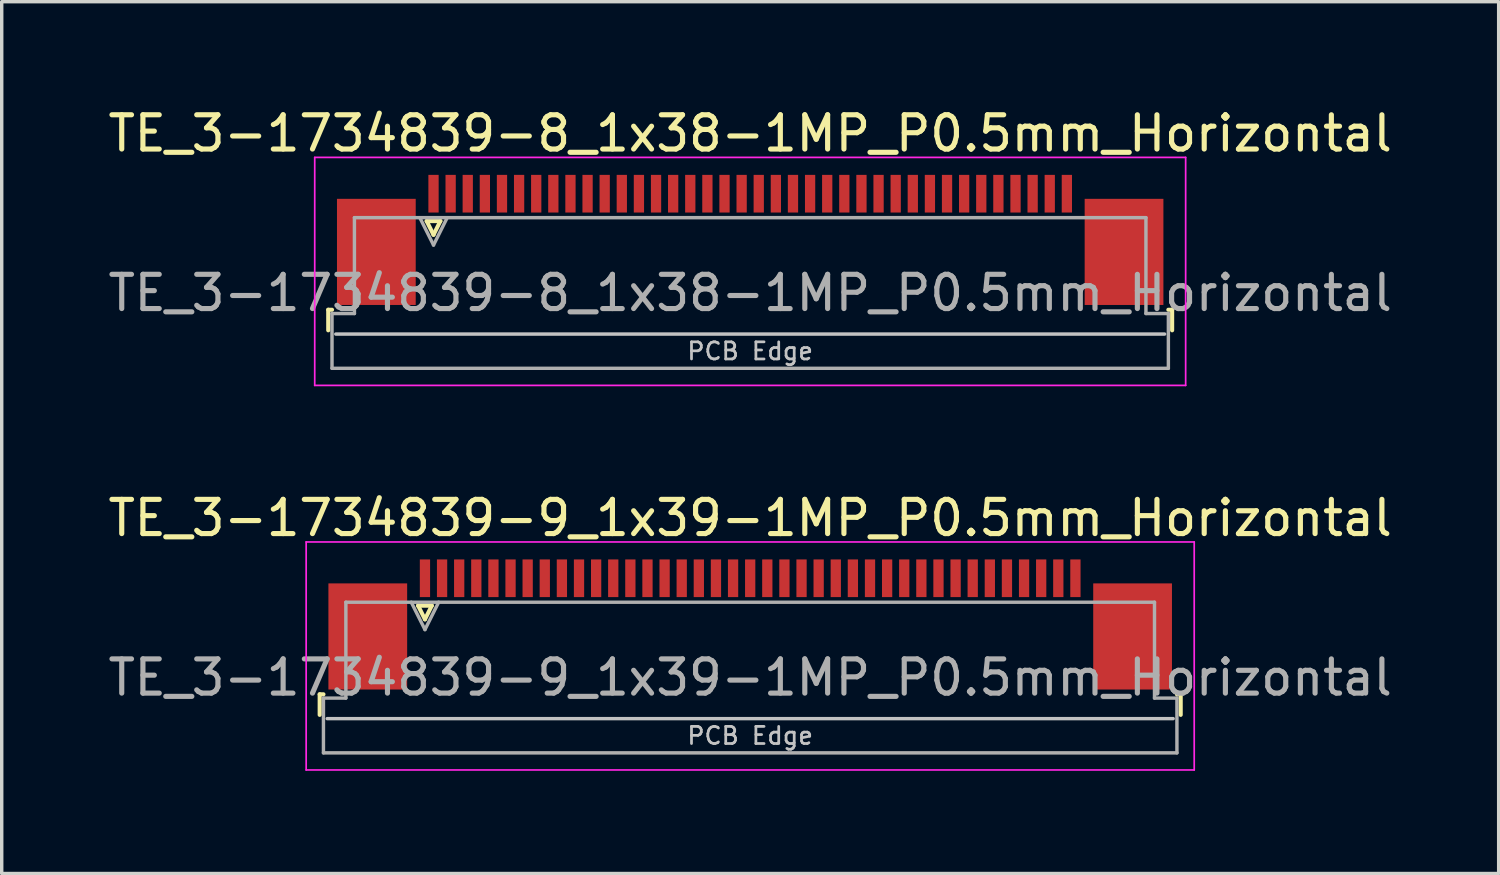
<source format=kicad_pcb>
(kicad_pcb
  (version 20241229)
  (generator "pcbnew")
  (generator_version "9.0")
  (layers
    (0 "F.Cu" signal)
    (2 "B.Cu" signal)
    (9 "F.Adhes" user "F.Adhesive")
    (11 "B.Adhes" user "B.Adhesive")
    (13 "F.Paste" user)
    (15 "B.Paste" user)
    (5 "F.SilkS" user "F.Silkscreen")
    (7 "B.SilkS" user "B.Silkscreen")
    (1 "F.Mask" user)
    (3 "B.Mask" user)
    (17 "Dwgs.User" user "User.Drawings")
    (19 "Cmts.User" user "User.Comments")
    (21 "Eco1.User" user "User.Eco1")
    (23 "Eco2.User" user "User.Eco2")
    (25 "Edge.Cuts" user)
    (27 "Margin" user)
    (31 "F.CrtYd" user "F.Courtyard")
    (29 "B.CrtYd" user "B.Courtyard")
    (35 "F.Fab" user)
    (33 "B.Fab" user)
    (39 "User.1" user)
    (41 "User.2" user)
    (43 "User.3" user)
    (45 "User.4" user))
  (footprint "TE_3-1734839-9_1x39-1MP_P0.5mm_Horizontal"
    (layer "F.Cu")
    (at 18.863 15.191)
    (property "Reference" "TE_3-1734839-9_1x39-1MP_P0.5mm_Horizontal" (at 0 -3.11 0) (layer "F.SilkS") (effects (font (size 1 1) (thickness 0.15))))
    (attr smd)
    (fp_line (start -12.575 2.04) (end -12.575 2.64) (stroke (width 0.12) (type solid)) (layer "F.SilkS"))
    (fp_line (start -12.465 2.04) (end -12.575 2.04) (stroke (width 0.12) (type solid)) (layer "F.SilkS"))
    (fp_line (start -9.7 -0.55) (end -9.5 -0.15) (stroke (width 0.12) (type solid)) (layer "F.SilkS"))
    (fp_line (start -9.5 -0.15) (end -9.3 -0.55) (stroke (width 0.12) (type solid)) (layer "F.SilkS"))
    (fp_line (start -9.3 -0.55) (end -9.7 -0.55) (stroke (width 0.12) (type solid)) (layer "F.SilkS"))
    (fp_line (start 12.465 2.04) (end 12.575 2.04) (stroke (width 0.12) (type solid)) (layer "F.SilkS"))
    (fp_line (start 12.575 2.04) (end 12.575 2.64) (stroke (width 0.12) (type solid)) (layer "F.SilkS"))
    (fp_line (start 12.355 2.75) (end -12.355 2.75) (stroke (width 0.1) (type solid)) (layer "Dwgs.User"))
    (fp_line (start -12.97 -2.41) (end -12.97 4.25) (stroke (width 0.05) (type solid)) (layer "F.CrtYd"))
    (fp_line (start -12.97 4.25) (end 12.97 4.25) (stroke (width 0.05) (type solid)) (layer "F.CrtYd"))
    (fp_line (start 12.97 -2.41) (end -12.97 -2.41) (stroke (width 0.05) (type solid)) (layer "F.CrtYd"))
    (fp_line (start 12.97 4.25) (end 12.97 -2.41) (stroke (width 0.05) (type solid)) (layer "F.CrtYd"))
    (fp_line (start -12.465 2.15) (end -11.81 2.15) (stroke (width 0.1) (type solid)) (layer "F.Fab"))
    (fp_line (start -12.465 3.75) (end -12.465 2.15) (stroke (width 0.1) (type solid)) (layer "F.Fab"))
    (fp_line (start -11.81 -0.65) (end 11.81 -0.65) (stroke (width 0.1) (type solid)) (layer "F.Fab"))
    (fp_line (start -11.81 2.15) (end -11.81 -0.65) (stroke (width 0.1) (type solid)) (layer "F.Fab"))
    (fp_line (start -9.9 -0.65) (end -9.5 0.15) (stroke (width 0.1) (type solid)) (layer "F.Fab"))
    (fp_line (start -9.5 0.15) (end -9.1 -0.65) (stroke (width 0.1) (type solid)) (layer "F.Fab"))
    (fp_line (start 11.81 -0.65) (end 11.81 2.15) (stroke (width 0.1) (type solid)) (layer "F.Fab"))
    (fp_line (start 11.81 2.15) (end 12.465 2.15) (stroke (width 0.1) (type solid)) (layer "F.Fab"))
    (fp_line (start 12.465 2.15) (end 12.465 3.75) (stroke (width 0.1) (type solid)) (layer "F.Fab"))
    (fp_line (start 12.465 3.75) (end -12.465 3.75) (stroke (width 0.1) (type solid)) (layer "F.Fab"))
    (fp_text user "PCB Edge" (at 0 3.25 0) (layer "Dwgs.User") (effects (font (size 0.5 0.5) (thickness 0.08))))
    (fp_text user "${REFERENCE}" (at 0 1.55 0) (layer "F.Fab") (effects (font (size 1 1) (thickness 0.15))))
    (pad "1" smd rect (at -9.5 -1.35) (size 0.3 1.1) (layers "F.Cu" "F.Mask" "F.Paste"))
    (pad "2" smd rect (at -9 -1.35) (size 0.3 1.1) (layers "F.Cu" "F.Mask" "F.Paste"))
    (pad "3" smd rect (at -8.5 -1.35) (size 0.3 1.1) (layers "F.Cu" "F.Mask" "F.Paste"))
    (pad "4" smd rect (at -8 -1.35) (size 0.3 1.1) (layers "F.Cu" "F.Mask" "F.Paste"))
    (pad "5" smd rect (at -7.5 -1.35) (size 0.3 1.1) (layers "F.Cu" "F.Mask" "F.Paste"))
    (pad "6" smd rect (at -7 -1.35) (size 0.3 1.1) (layers "F.Cu" "F.Mask" "F.Paste"))
    (pad "7" smd rect (at -6.5 -1.35) (size 0.3 1.1) (layers "F.Cu" "F.Mask" "F.Paste"))
    (pad "8" smd rect (at -6 -1.35) (size 0.3 1.1) (layers "F.Cu" "F.Mask" "F.Paste"))
    (pad "9" smd rect (at -5.5 -1.35) (size 0.3 1.1) (layers "F.Cu" "F.Mask" "F.Paste"))
    (pad "10" smd rect (at -5 -1.35) (size 0.3 1.1) (layers "F.Cu" "F.Mask" "F.Paste"))
    (pad "11" smd rect (at -4.5 -1.35) (size 0.3 1.1) (layers "F.Cu" "F.Mask" "F.Paste"))
    (pad "12" smd rect (at -4 -1.35) (size 0.3 1.1) (layers "F.Cu" "F.Mask" "F.Paste"))
    (pad "13" smd rect (at -3.5 -1.35) (size 0.3 1.1) (layers "F.Cu" "F.Mask" "F.Paste"))
    (pad "14" smd rect (at -3 -1.35) (size 0.3 1.1) (layers "F.Cu" "F.Mask" "F.Paste"))
    (pad "15" smd rect (at -2.5 -1.35) (size 0.3 1.1) (layers "F.Cu" "F.Mask" "F.Paste"))
    (pad "16" smd rect (at -2 -1.35) (size 0.3 1.1) (layers "F.Cu" "F.Mask" "F.Paste"))
    (pad "17" smd rect (at -1.5 -1.35) (size 0.3 1.1) (layers "F.Cu" "F.Mask" "F.Paste"))
    (pad "18" smd rect (at -1 -1.35) (size 0.3 1.1) (layers "F.Cu" "F.Mask" "F.Paste"))
    (pad "19" smd rect (at -0.5 -1.35) (size 0.3 1.1) (layers "F.Cu" "F.Mask" "F.Paste"))
    (pad "20" smd rect (at 0 -1.35) (size 0.3 1.1) (layers "F.Cu" "F.Mask" "F.Paste"))
    (pad "21" smd rect (at 0.5 -1.35) (size 0.3 1.1) (layers "F.Cu" "F.Mask" "F.Paste"))
    (pad "22" smd rect (at 1 -1.35) (size 0.3 1.1) (layers "F.Cu" "F.Mask" "F.Paste"))
    (pad "23" smd rect (at 1.5 -1.35) (size 0.3 1.1) (layers "F.Cu" "F.Mask" "F.Paste"))
    (pad "24" smd rect (at 2 -1.35) (size 0.3 1.1) (layers "F.Cu" "F.Mask" "F.Paste"))
    (pad "25" smd rect (at 2.5 -1.35) (size 0.3 1.1) (layers "F.Cu" "F.Mask" "F.Paste"))
    (pad "26" smd rect (at 3 -1.35) (size 0.3 1.1) (layers "F.Cu" "F.Mask" "F.Paste"))
    (pad "27" smd rect (at 3.5 -1.35) (size 0.3 1.1) (layers "F.Cu" "F.Mask" "F.Paste"))
    (pad "28" smd rect (at 4 -1.35) (size 0.3 1.1) (layers "F.Cu" "F.Mask" "F.Paste"))
    (pad "29" smd rect (at 4.5 -1.35) (size 0.3 1.1) (layers "F.Cu" "F.Mask" "F.Paste"))
    (pad "30" smd rect (at 5 -1.35) (size 0.3 1.1) (layers "F.Cu" "F.Mask" "F.Paste"))
    (pad "31" smd rect (at 5.5 -1.35) (size 0.3 1.1) (layers "F.Cu" "F.Mask" "F.Paste"))
    (pad "32" smd rect (at 6 -1.35) (size 0.3 1.1) (layers "F.Cu" "F.Mask" "F.Paste"))
    (pad "33" smd rect (at 6.5 -1.35) (size 0.3 1.1) (layers "F.Cu" "F.Mask" "F.Paste"))
    (pad "34" smd rect (at 7 -1.35) (size 0.3 1.1) (layers "F.Cu" "F.Mask" "F.Paste"))
    (pad "35" smd rect (at 7.5 -1.35) (size 0.3 1.1) (layers "F.Cu" "F.Mask" "F.Paste"))
    (pad "36" smd rect (at 8 -1.35) (size 0.3 1.1) (layers "F.Cu" "F.Mask" "F.Paste"))
    (pad "37" smd rect (at 8.5 -1.35) (size 0.3 1.1) (layers "F.Cu" "F.Mask" "F.Paste"))
    (pad "38" smd rect (at 9 -1.35) (size 0.3 1.1) (layers "F.Cu" "F.Mask" "F.Paste"))
    (pad "39" smd rect (at 9.5 -1.35) (size 0.3 1.1) (layers "F.Cu" "F.Mask" "F.Paste"))
    (pad "MP" smd rect (at -11.17 0.35) (size 2.3 3.1) (layers "F.Cu" "F.Mask" "F.Paste"))
    (pad "MP" smd rect (at 11.17 0.35) (size 2.3 3.1) (layers "F.Cu" "F.Mask" "F.Paste")))
  (footprint "TE_3-1734839-8_1x38-1MP_P0.5mm_Horizontal"
    (layer "F.Cu")
    (at 18.863 3.958)
    (property "Reference" "TE_3-1734839-8_1x38-1MP_P0.5mm_Horizontal" (at 0 -3.11 0) (layer "F.SilkS") (effects (font (size 1 1) (thickness 0.15))))
    (attr smd)
    (fp_line (start -12.325 2.04) (end -12.325 2.64) (stroke (width 0.12) (type solid)) (layer "F.SilkS"))
    (fp_line (start -12.215 2.04) (end -12.325 2.04) (stroke (width 0.12) (type solid)) (layer "F.SilkS"))
    (fp_line (start -9.45 -0.55) (end -9.25 -0.15) (stroke (width 0.12) (type solid)) (layer "F.SilkS"))
    (fp_line (start -9.25 -0.15) (end -9.05 -0.55) (stroke (width 0.12) (type solid)) (layer "F.SilkS"))
    (fp_line (start -9.05 -0.55) (end -9.45 -0.55) (stroke (width 0.12) (type solid)) (layer "F.SilkS"))
    (fp_line (start 12.215 2.04) (end 12.325 2.04) (stroke (width 0.12) (type solid)) (layer "F.SilkS"))
    (fp_line (start 12.325 2.04) (end 12.325 2.64) (stroke (width 0.12) (type solid)) (layer "F.SilkS"))
    (fp_line (start 12.105 2.75) (end -12.105 2.75) (stroke (width 0.1) (type solid)) (layer "Dwgs.User"))
    (fp_line (start -12.72 -2.41) (end -12.72 4.25) (stroke (width 0.05) (type solid)) (layer "F.CrtYd"))
    (fp_line (start -12.72 4.25) (end 12.72 4.25) (stroke (width 0.05) (type solid)) (layer "F.CrtYd"))
    (fp_line (start 12.72 -2.41) (end -12.72 -2.41) (stroke (width 0.05) (type solid)) (layer "F.CrtYd"))
    (fp_line (start 12.72 4.25) (end 12.72 -2.41) (stroke (width 0.05) (type solid)) (layer "F.CrtYd"))
    (fp_line (start -12.215 2.15) (end -11.56 2.15) (stroke (width 0.1) (type solid)) (layer "F.Fab"))
    (fp_line (start -12.215 3.75) (end -12.215 2.15) (stroke (width 0.1) (type solid)) (layer "F.Fab"))
    (fp_line (start -11.56 -0.65) (end 11.56 -0.65) (stroke (width 0.1) (type solid)) (layer "F.Fab"))
    (fp_line (start -11.56 2.15) (end -11.56 -0.65) (stroke (width 0.1) (type solid)) (layer "F.Fab"))
    (fp_line (start -9.65 -0.65) (end -9.25 0.15) (stroke (width 0.1) (type solid)) (layer "F.Fab"))
    (fp_line (start -9.25 0.15) (end -8.85 -0.65) (stroke (width 0.1) (type solid)) (layer "F.Fab"))
    (fp_line (start 11.56 -0.65) (end 11.56 2.15) (stroke (width 0.1) (type solid)) (layer "F.Fab"))
    (fp_line (start 11.56 2.15) (end 12.215 2.15) (stroke (width 0.1) (type solid)) (layer "F.Fab"))
    (fp_line (start 12.215 2.15) (end 12.215 3.75) (stroke (width 0.1) (type solid)) (layer "F.Fab"))
    (fp_line (start 12.215 3.75) (end -12.215 3.75) (stroke (width 0.1) (type solid)) (layer "F.Fab"))
    (fp_text user "PCB Edge" (at 0 3.25 0) (layer "Dwgs.User") (effects (font (size 0.5 0.5) (thickness 0.08))))
    (fp_text user "${REFERENCE}" (at 0 1.55 0) (layer "F.Fab") (effects (font (size 1 1) (thickness 0.15))))
    (pad "1" smd rect (at -9.25 -1.35) (size 0.3 1.1) (layers "F.Cu" "F.Mask" "F.Paste"))
    (pad "2" smd rect (at -8.75 -1.35) (size 0.3 1.1) (layers "F.Cu" "F.Mask" "F.Paste"))
    (pad "3" smd rect (at -8.25 -1.35) (size 0.3 1.1) (layers "F.Cu" "F.Mask" "F.Paste"))
    (pad "4" smd rect (at -7.75 -1.35) (size 0.3 1.1) (layers "F.Cu" "F.Mask" "F.Paste"))
    (pad "5" smd rect (at -7.25 -1.35) (size 0.3 1.1) (layers "F.Cu" "F.Mask" "F.Paste"))
    (pad "6" smd rect (at -6.75 -1.35) (size 0.3 1.1) (layers "F.Cu" "F.Mask" "F.Paste"))
    (pad "7" smd rect (at -6.25 -1.35) (size 0.3 1.1) (layers "F.Cu" "F.Mask" "F.Paste"))
    (pad "8" smd rect (at -5.75 -1.35) (size 0.3 1.1) (layers "F.Cu" "F.Mask" "F.Paste"))
    (pad "9" smd rect (at -5.25 -1.35) (size 0.3 1.1) (layers "F.Cu" "F.Mask" "F.Paste"))
    (pad "10" smd rect (at -4.75 -1.35) (size 0.3 1.1) (layers "F.Cu" "F.Mask" "F.Paste"))
    (pad "11" smd rect (at -4.25 -1.35) (size 0.3 1.1) (layers "F.Cu" "F.Mask" "F.Paste"))
    (pad "12" smd rect (at -3.75 -1.35) (size 0.3 1.1) (layers "F.Cu" "F.Mask" "F.Paste"))
    (pad "13" smd rect (at -3.25 -1.35) (size 0.3 1.1) (layers "F.Cu" "F.Mask" "F.Paste"))
    (pad "14" smd rect (at -2.75 -1.35) (size 0.3 1.1) (layers "F.Cu" "F.Mask" "F.Paste"))
    (pad "15" smd rect (at -2.25 -1.35) (size 0.3 1.1) (layers "F.Cu" "F.Mask" "F.Paste"))
    (pad "16" smd rect (at -1.75 -1.35) (size 0.3 1.1) (layers "F.Cu" "F.Mask" "F.Paste"))
    (pad "17" smd rect (at -1.25 -1.35) (size 0.3 1.1) (layers "F.Cu" "F.Mask" "F.Paste"))
    (pad "18" smd rect (at -0.75 -1.35) (size 0.3 1.1) (layers "F.Cu" "F.Mask" "F.Paste"))
    (pad "19" smd rect (at -0.25 -1.35) (size 0.3 1.1) (layers "F.Cu" "F.Mask" "F.Paste"))
    (pad "20" smd rect (at 0.25 -1.35) (size 0.3 1.1) (layers "F.Cu" "F.Mask" "F.Paste"))
    (pad "21" smd rect (at 0.75 -1.35) (size 0.3 1.1) (layers "F.Cu" "F.Mask" "F.Paste"))
    (pad "22" smd rect (at 1.25 -1.35) (size 0.3 1.1) (layers "F.Cu" "F.Mask" "F.Paste"))
    (pad "23" smd rect (at 1.75 -1.35) (size 0.3 1.1) (layers "F.Cu" "F.Mask" "F.Paste"))
    (pad "24" smd rect (at 2.25 -1.35) (size 0.3 1.1) (layers "F.Cu" "F.Mask" "F.Paste"))
    (pad "25" smd rect (at 2.75 -1.35) (size 0.3 1.1) (layers "F.Cu" "F.Mask" "F.Paste"))
    (pad "26" smd rect (at 3.25 -1.35) (size 0.3 1.1) (layers "F.Cu" "F.Mask" "F.Paste"))
    (pad "27" smd rect (at 3.75 -1.35) (size 0.3 1.1) (layers "F.Cu" "F.Mask" "F.Paste"))
    (pad "28" smd rect (at 4.25 -1.35) (size 0.3 1.1) (layers "F.Cu" "F.Mask" "F.Paste"))
    (pad "29" smd rect (at 4.75 -1.35) (size 0.3 1.1) (layers "F.Cu" "F.Mask" "F.Paste"))
    (pad "30" smd rect (at 5.25 -1.35) (size 0.3 1.1) (layers "F.Cu" "F.Mask" "F.Paste"))
    (pad "31" smd rect (at 5.75 -1.35) (size 0.3 1.1) (layers "F.Cu" "F.Mask" "F.Paste"))
    (pad "32" smd rect (at 6.25 -1.35) (size 0.3 1.1) (layers "F.Cu" "F.Mask" "F.Paste"))
    (pad "33" smd rect (at 6.75 -1.35) (size 0.3 1.1) (layers "F.Cu" "F.Mask" "F.Paste"))
    (pad "34" smd rect (at 7.25 -1.35) (size 0.3 1.1) (layers "F.Cu" "F.Mask" "F.Paste"))
    (pad "35" smd rect (at 7.75 -1.35) (size 0.3 1.1) (layers "F.Cu" "F.Mask" "F.Paste"))
    (pad "36" smd rect (at 8.25 -1.35) (size 0.3 1.1) (layers "F.Cu" "F.Mask" "F.Paste"))
    (pad "37" smd rect (at 8.75 -1.35) (size 0.3 1.1) (layers "F.Cu" "F.Mask" "F.Paste"))
    (pad "38" smd rect (at 9.25 -1.35) (size 0.3 1.1) (layers "F.Cu" "F.Mask" "F.Paste"))
    (pad "MP" smd rect (at -10.92 0.35) (size 2.3 3.1) (layers "F.Cu" "F.Mask" "F.Paste"))
    (pad "MP" smd rect (at 10.92 0.35) (size 2.3 3.1) (layers "F.Cu" "F.Mask" "F.Paste")))
  (gr_rect
    (start -3 -3)
    (end 40.726 22.466)
    (stroke (width 0.1) (type default))
    (fill no)
    (layer "Edge.Cuts")))
</source>
